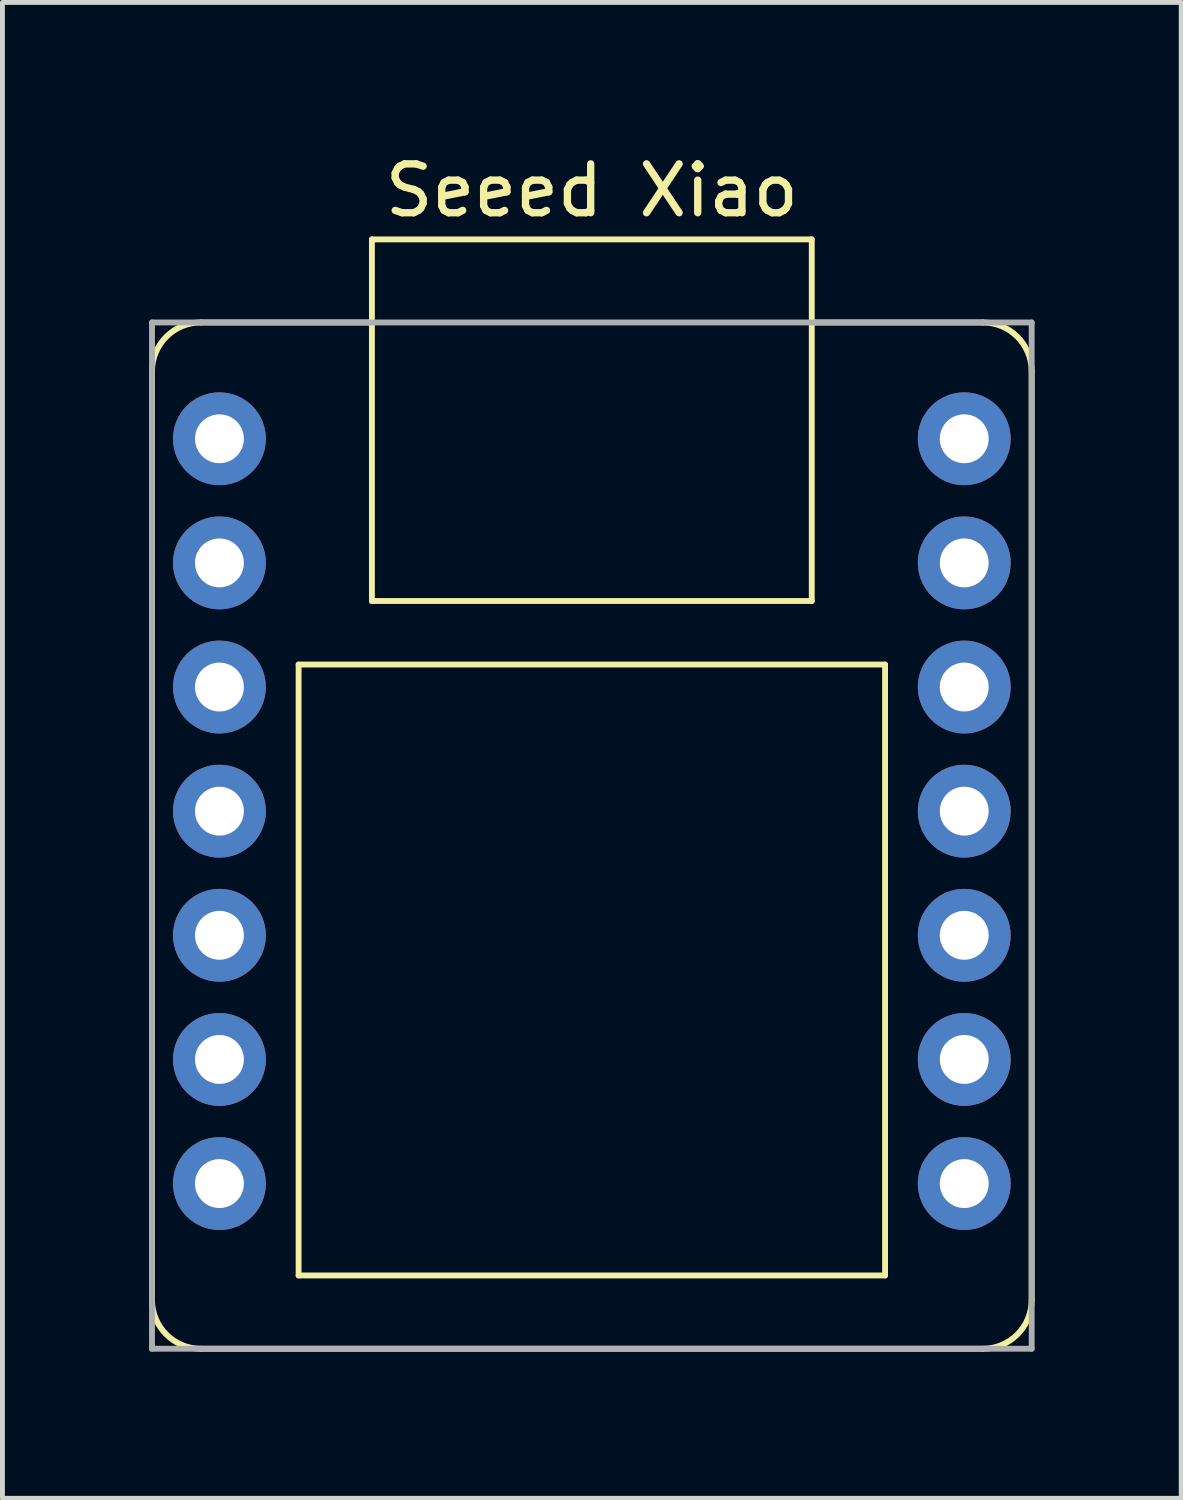
<source format=kicad_pcb>
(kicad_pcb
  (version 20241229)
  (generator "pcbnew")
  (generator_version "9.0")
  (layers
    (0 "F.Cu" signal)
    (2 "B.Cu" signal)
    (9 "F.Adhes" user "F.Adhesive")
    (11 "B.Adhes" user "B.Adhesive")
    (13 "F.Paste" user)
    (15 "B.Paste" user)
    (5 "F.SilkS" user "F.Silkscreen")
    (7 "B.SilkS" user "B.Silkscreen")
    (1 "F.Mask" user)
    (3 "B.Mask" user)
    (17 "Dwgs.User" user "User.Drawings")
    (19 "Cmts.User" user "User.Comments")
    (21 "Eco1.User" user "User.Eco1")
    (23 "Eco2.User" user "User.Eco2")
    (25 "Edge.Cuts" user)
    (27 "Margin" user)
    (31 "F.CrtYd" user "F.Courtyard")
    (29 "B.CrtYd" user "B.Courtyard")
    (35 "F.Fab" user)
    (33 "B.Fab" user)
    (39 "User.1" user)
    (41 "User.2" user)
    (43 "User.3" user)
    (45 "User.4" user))
  (footprint "Seeed Xiao"
    (layer "F.Cu")
    (at 9.06 13.548)
    (property "Reference" "Seeed Xiao" (at 0 -12.7 0) (layer "F.SilkS") (effects (font (size 1 1) (thickness 0.15))))
    (attr through_hole)
    (fp_line (start -9 10) (end -9 -9) (stroke (width 0.12) (type solid)) (layer "F.SilkS"))
    (fp_line (start -8 -10) (end -4.5 -10) (stroke (width 0.12) (type solid)) (layer "F.SilkS"))
    (fp_line (start -6 -3) (end 6 -3) (stroke (width 0.12) (type solid)) (layer "F.SilkS"))
    (fp_line (start -6 9.5) (end -6 -3) (stroke (width 0.12) (type solid)) (layer "F.SilkS"))
    (fp_line (start -4.5 -11.7) (end 4.5 -11.7) (stroke (width 0.12) (type solid)) (layer "F.SilkS"))
    (fp_line (start -4.5 -4.3) (end -4.5 -11.7) (stroke (width 0.12) (type solid)) (layer "F.SilkS"))
    (fp_line (start 4.5 -11.7) (end 4.5 -4.3) (stroke (width 0.12) (type solid)) (layer "F.SilkS"))
    (fp_line (start 4.5 -10) (end 8 -10) (stroke (width 0.12) (type solid)) (layer "F.SilkS"))
    (fp_line (start 4.5 -4.3) (end -4.5 -4.3) (stroke (width 0.12) (type solid)) (layer "F.SilkS"))
    (fp_line (start 6 -3) (end 6 9.5) (stroke (width 0.12) (type solid)) (layer "F.SilkS"))
    (fp_line (start 6 9.5) (end -6 9.5) (stroke (width 0.12) (type solid)) (layer "F.SilkS"))
    (fp_line (start 8 11) (end -8 11) (stroke (width 0.12) (type solid)) (layer "F.SilkS"))
    (fp_line (start 9 -9) (end 9 10) (stroke (width 0.12) (type solid)) (layer "F.SilkS"))
    (fp_arc (start -9 -9) (mid -8.707107 -9.707107) (end -8 -10) (stroke (width 0.12) (type solid)) (layer "F.SilkS"))
    (fp_arc (start -8 11) (mid -8.707107 10.707107) (end -9 10) (stroke (width 0.12) (type solid)) (layer "F.SilkS"))
    (fp_arc (start 8 -10) (mid 8.707107 -9.707107) (end 9 -9) (stroke (width 0.12) (type solid)) (layer "F.SilkS"))
    (fp_arc (start 9 10) (mid 8.707107 10.707107) (end 8 11) (stroke (width 0.12) (type solid)) (layer "F.SilkS"))
    (fp_line (start -9 -10) (end 9 -10) (stroke (width 0.12) (type solid)) (layer "F.Fab"))
    (fp_line (start -9 11) (end -9 -10) (stroke (width 0.12) (type solid)) (layer "F.Fab"))
    (fp_line (start 9 -10) (end 9 11) (stroke (width 0.12) (type solid)) (layer "F.Fab"))
    (fp_line (start 9 11) (end -9 11) (stroke (width 0.12) (type solid)) (layer "F.Fab"))
    (pad "0" thru_hole circle (at -7.62 -7.62) (size 1.9 1.9) (drill 1) (layers "*.Cu" "*.Mask"))
    (pad "1" thru_hole circle (at -7.62 -5.08) (size 1.9 1.9) (drill 1) (layers "*.Cu" "*.Mask"))
    (pad "2" thru_hole circle (at -7.62 -2.54) (size 1.9 1.9) (drill 1) (layers "*.Cu" "*.Mask"))
    (pad "3" thru_hole circle (at -7.62 0) (size 1.9 1.9) (drill 1) (layers "*.Cu" "*.Mask"))
    (pad "4" thru_hole circle (at -7.62 2.54) (size 1.9 1.9) (drill 1) (layers "*.Cu" "*.Mask"))
    (pad "5" thru_hole circle (at -7.62 5.08) (size 1.9 1.9) (drill 1) (layers "*.Cu" "*.Mask"))
    (pad "6" thru_hole circle (at -7.62 7.62) (size 1.9 1.9) (drill 1) (layers "*.Cu" "*.Mask"))
    (pad "7" thru_hole circle (at 7.62 7.62) (size 1.9 1.9) (drill 1) (layers "*.Cu" "*.Mask"))
    (pad "8" thru_hole circle (at 7.62 5.08) (size 1.9 1.9) (drill 1) (layers "*.Cu" "*.Mask"))
    (pad "9" thru_hole circle (at 7.62 2.54) (size 1.9 1.9) (drill 1) (layers "*.Cu" "*.Mask"))
    (pad "10" thru_hole circle (at 7.62 0) (size 1.9 1.9) (drill 1) (layers "*.Cu" "*.Mask"))
    (pad "11" thru_hole circle (at 7.62 -2.54) (size 1.9 1.9) (drill 1) (layers "*.Cu" "*.Mask"))
    (pad "12" thru_hole circle (at 7.62 -5.08) (size 1.9 1.9) (drill 1) (layers "*.Cu" "*.Mask"))
    (pad "13" thru_hole circle (at 7.62 -7.62) (size 1.9 1.9) (drill 1) (layers "*.Cu" "*.Mask")))
  (gr_rect
    (start -3 -3)
    (end 21.12 27.608)
    (stroke (width 0.1) (type default))
    (fill no)
    (layer "Edge.Cuts")))
</source>
